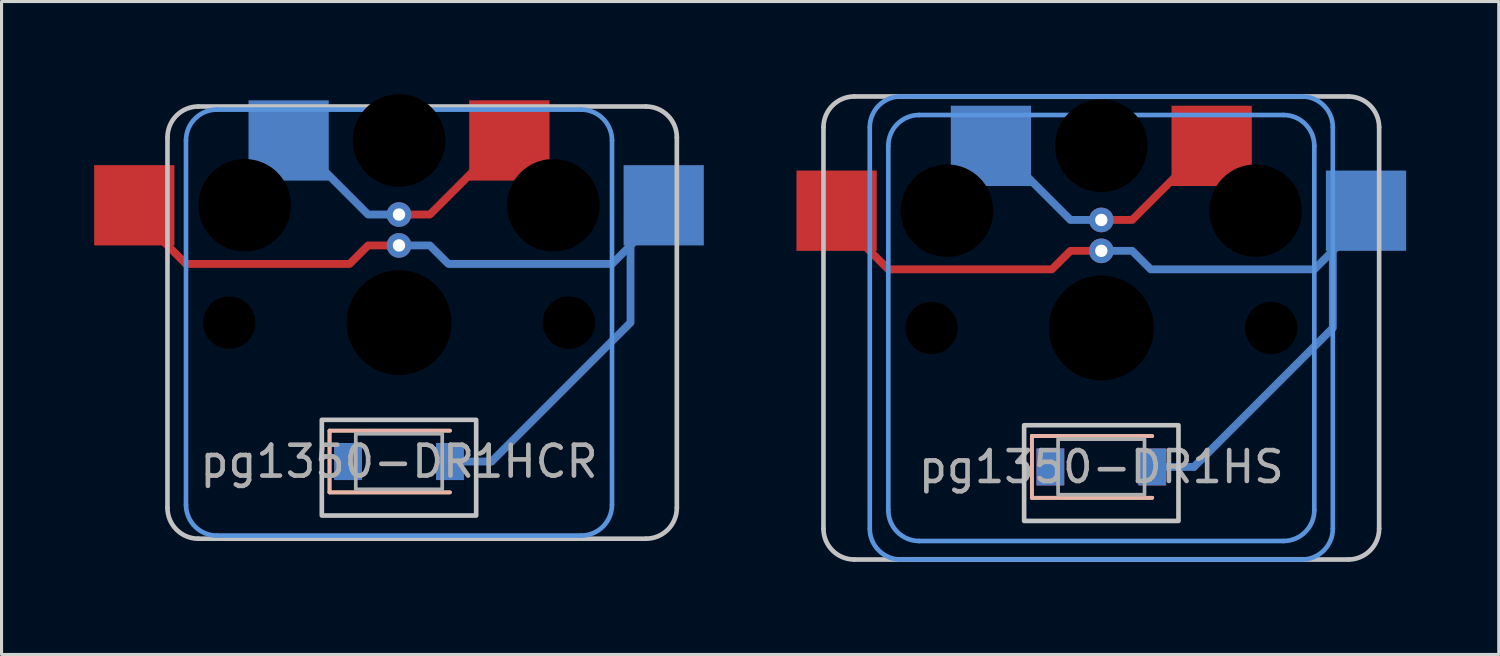
<source format=kicad_pcb>
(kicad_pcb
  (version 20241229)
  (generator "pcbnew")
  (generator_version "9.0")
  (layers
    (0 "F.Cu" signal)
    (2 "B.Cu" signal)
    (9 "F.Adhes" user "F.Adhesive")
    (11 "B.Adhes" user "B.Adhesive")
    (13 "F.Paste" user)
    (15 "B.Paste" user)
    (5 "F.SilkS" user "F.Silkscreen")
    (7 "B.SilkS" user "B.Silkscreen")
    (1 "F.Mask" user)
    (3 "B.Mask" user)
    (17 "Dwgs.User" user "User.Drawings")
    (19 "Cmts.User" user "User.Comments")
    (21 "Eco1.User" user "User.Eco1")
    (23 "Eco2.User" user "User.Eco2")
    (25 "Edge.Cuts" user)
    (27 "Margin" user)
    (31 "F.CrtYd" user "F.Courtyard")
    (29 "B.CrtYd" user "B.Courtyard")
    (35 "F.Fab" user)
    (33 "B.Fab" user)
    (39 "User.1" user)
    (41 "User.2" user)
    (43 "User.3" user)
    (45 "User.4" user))
  (footprint "pg1350-DR1HS"
    (layer "F.Cu")
    (at 32.625 12.075)
    (property "Reference" "pg1350-DR1HS" (at 0 0 0) (layer "F.Fab") (effects (font (size 1 1) (thickness 0.15))))
    (attr smd)
    (fp_line (start -2.25 -1) (end -2.25 1) (stroke (width 0.12) (type solid)) (layer "F.SilkS"))
    (fp_line (start -2.25 1) (end 1.65 1) (stroke (width 0.12) (type solid)) (layer "F.SilkS"))
    (fp_line (start 1.65 -1) (end -2.25 -1) (stroke (width 0.12) (type solid)) (layer "F.SilkS"))
    (fp_line (start -2.25 -1) (end -2.25 1) (stroke (width 0.12) (type solid)) (layer "B.SilkS"))
    (fp_line (start -2.25 1) (end 1.65 1) (stroke (width 0.12) (type solid)) (layer "B.SilkS"))
    (fp_line (start 1.65 -1) (end -2.25 -1) (stroke (width 0.12) (type solid)) (layer "B.SilkS"))
    (fp_line (start -9 2) (end -9 -11) (stroke (width 0.15) (type solid)) (layer "Dwgs.User"))
    (fp_line (start -8 -12) (end 8 -12) (stroke (width 0.15) (type solid)) (layer "Dwgs.User"))
    (fp_line (start 8 3) (end -8 3) (stroke (width 0.15) (type solid)) (layer "Dwgs.User"))
    (fp_line (start 9 -11) (end 9 2) (stroke (width 0.15) (type solid)) (layer "Dwgs.User"))
    (fp_rect (start 2.5 1.75) (end -2.5 -1.35) (stroke (width 0.15) (type solid)) (fill no) (layer "Dwgs.User"))
    (fp_arc (start -9 -11) (mid -8.707107 -11.707107) (end -8 -12) (stroke (width 0.15) (type solid)) (layer "Dwgs.User"))
    (fp_arc (start -8 3) (mid -8.707107 2.707107) (end -9 2) (stroke (width 0.15) (type solid)) (layer "Dwgs.User"))
    (fp_arc (start 8 -12) (mid 8.707107 -11.707107) (end 9 -11) (stroke (width 0.15) (type solid)) (layer "Dwgs.User"))
    (fp_arc (start 9 2) (mid 8.707107 2.707107) (end 8 3) (stroke (width 0.15) (type solid)) (layer "Dwgs.User"))
    (fp_line (start -7.5 2) (end -7.5 -11) (stroke (width 0.15) (type solid)) (layer "Cmts.User"))
    (fp_line (start -6.9 1.4) (end -6.9 -10.4) (stroke (width 0.15) (type solid)) (layer "Cmts.User"))
    (fp_line (start -6.5 -12) (end 6.5 -12) (stroke (width 0.15) (type solid)) (layer "Cmts.User"))
    (fp_line (start -5.9 -11.4) (end 5.9 -11.4) (stroke (width 0.15) (type solid)) (layer "Cmts.User"))
    (fp_line (start 5.9 2.4) (end -5.9 2.4) (stroke (width 0.15) (type solid)) (layer "Cmts.User"))
    (fp_line (start 6.5 3) (end -6.5 3) (stroke (width 0.15) (type solid)) (layer "Cmts.User"))
    (fp_line (start 6.9 -10.4) (end 6.9 1.4) (stroke (width 0.15) (type solid)) (layer "Cmts.User"))
    (fp_line (start 7.5 -11) (end 7.5 2) (stroke (width 0.15) (type solid)) (layer "Cmts.User"))
    (fp_arc (start -7.5 -11) (mid -7.207107 -11.707107) (end -6.5 -12) (stroke (width 0.15) (type solid)) (layer "Cmts.User"))
    (fp_arc (start -6.9 -10.4) (mid -6.607107 -11.107107) (end -5.9 -11.4) (stroke (width 0.15) (type solid)) (layer "Cmts.User"))
    (fp_arc (start -6.5 3) (mid -7.207107 2.707107) (end -7.5 2) (stroke (width 0.15) (type solid)) (layer "Cmts.User"))
    (fp_arc (start -5.9 2.4) (mid -6.607107 2.107107) (end -6.9 1.4) (stroke (width 0.15) (type solid)) (layer "Cmts.User"))
    (fp_arc (start 5.9 -11.4) (mid 6.607107 -11.107107) (end 6.9 -10.4) (stroke (width 0.15) (type solid)) (layer "Cmts.User"))
    (fp_arc (start 6.5 -12) (mid 7.207107 -11.707107) (end 7.5 -11) (stroke (width 0.15) (type solid)) (layer "Cmts.User"))
    (fp_arc (start 6.9 1.4) (mid 6.607107 2.107107) (end 5.9 2.4) (stroke (width 0.15) (type solid)) (layer "Cmts.User"))
    (fp_arc (start 7.5 2) (mid 7.207107 2.707107) (end 6.5 3) (stroke (width 0.15) (type solid)) (layer "Cmts.User"))
    (fp_rect (start 1.4 0.9) (end -1.4 -0.9) (stroke (width 0.12) (type solid)) (fill no) (layer "F.Fab"))
    (pad "" np_thru_hole circle (at -5.5 -4.5) (size 1.7 1.7) (drill 1.7) (layers "*.Mask"))
    (pad "" np_thru_hole circle (at -5 -8.3) (size 3 3) (drill 3) (layers "*.Mask"))
    (pad "" np_thru_hole circle (at 0 -10.4) (size 3 3) (drill 3) (layers "*.Mask"))
    (pad "" thru_hole circle (at 0 -8) (size 0.8 0.8) (drill 0.4) (layers "*.Cu"))
    (pad "" thru_hole circle (at 0 -7) (size 0.8 0.8) (drill 0.4) (layers "*.Cu"))
    (pad "" np_thru_hole circle (at 0 -4.5) (size 3.4 3.4) (drill 3.4) (layers "*.Mask"))
    (pad "" np_thru_hole circle (at 5 -8.3) (size 3 3) (drill 3) (layers "*.Mask"))
    (pad "" np_thru_hole circle (at 5.5 -4.5) (size 1.7 1.7) (drill 1.7) (layers "*.Mask"))
    (pad "1" smd rect (at -3.575 -10.4) (size 2.6 2.6) (layers "B.Cu" "B.Mask"))
    (pad "1" smd custom (at 0 -8) (size 0.254 0.254) (layers "F.Cu") (options (anchor circle)) (primitives (gr_line (start 0 0) (end 1 0) (width 0.254)) (gr_line (start 1 0) (end 2.5 -1.5) (width 0.254))))
    (pad "1" smd custom (at 0 -8) (size 0.254 0.254) (layers "B.Cu") (options (anchor circle)) (primitives (gr_line (start 0 0) (end -1 0) (width 0.254)) (gr_line (start -1 0) (end -2.5 -1.5) (width 0.254))))
    (pad "1" smd rect (at 3.575 -10.4) (size 2.6 2.6) (layers "F.Cu" "F.Mask"))
    (pad "2" smd rect (at -1.65 0) (size 0.9 1.2) (layers "*.Cu" "*.Mask"))
    (pad "3" smd rect (at -8.575 -8.3) (size 2.6 2.6) (layers "F.Cu" "F.Mask"))
    (pad "3" smd custom (at 0 -7) (size 0.254 0.254) (layers "F.Cu") (options (anchor circle)) (primitives (gr_line (start 0 0) (end -1 0) (width 0.254)) (gr_line (start -1 0) (end -1.6 0.6) (width 0.254)) (gr_line (start -1.6 0.6) (end -6.9 0.6) (width 0.254)) (gr_line (start -6.9 0.6) (end -8 -0.5) (width 0.254))))
    (pad "3" smd custom (at 0 -7) (size 0.254 0.254) (layers "B.Cu") (options (anchor circle)) (primitives (gr_line (start 0 0) (end 1 0) (width 0.254)) (gr_line (start 1 0) (end 1.6 0.6) (width 0.254)) (gr_line (start 1.6 0.6) (end 6.9 0.6) (width 0.254)) (gr_line (start 6.9 0.6) (end 8 -0.5) (width 0.254))))
    (pad "3" smd rect (at 1.65 0) (size 0.9 1.2) (layers "*.Cu" "*.Mask"))
    (pad "3" smd oval (at 2.325 0) (size 1.604 0.254) (layers "B.Cu"))
    (pad "3" smd custom (at 3 0) (size 0.254 0.254) (layers "B.Cu") (options (anchor circle)) (primitives (gr_line (start 0 0) (end 4.5 -4.5) (width 0.254)) (gr_line (start 4.5 -4.5) (end 4.5 -8.3) (width 0.254))))
    (pad "3" smd rect (at 8.575 -8.3) (size 2.6 2.6) (layers "B.Cu" "B.Mask")))
  (footprint "pg1350-DR1HCR"
    (layer "F.Cu")
    (at 9.875 11.9)
    (property "Reference" "pg1350-DR1HCR" (at 0 0 0) (layer "F.Fab") (effects (font (size 1 1) (thickness 0.15))))
    (attr smd)
    (fp_line (start -2.25 -1) (end -2.25 1) (stroke (width 0.12) (type solid)) (layer "F.SilkS"))
    (fp_line (start -2.25 1) (end 1.65 1) (stroke (width 0.12) (type solid)) (layer "F.SilkS"))
    (fp_line (start 1.65 -1) (end -2.25 -1) (stroke (width 0.12) (type solid)) (layer "F.SilkS"))
    (fp_line (start -2.25 -1) (end -2.25 1) (stroke (width 0.12) (type solid)) (layer "B.SilkS"))
    (fp_line (start -2.25 1) (end 1.65 1) (stroke (width 0.12) (type solid)) (layer "B.SilkS"))
    (fp_line (start 1.65 -1) (end -2.25 -1) (stroke (width 0.12) (type solid)) (layer "B.SilkS"))
    (fp_line (start -7.5 1.5) (end -7.5 -10.5) (stroke (width 0.15) (type solid)) (layer "Dwgs.User"))
    (fp_line (start -6.5 -11.5) (end 8 -11.5) (stroke (width 0.15) (type solid)) (layer "Dwgs.User"))
    (fp_line (start 8 2.5) (end -6.5 2.5) (stroke (width 0.15) (type solid)) (layer "Dwgs.User"))
    (fp_line (start 9 -10.5) (end 9 1.5) (stroke (width 0.15) (type solid)) (layer "Dwgs.User"))
    (fp_rect (start 2.5 1.75) (end -2.5 -1.35) (stroke (width 0.15) (type solid)) (fill no) (layer "Dwgs.User"))
    (fp_arc (start -7.5 -10.5) (mid -7.207107 -11.207107) (end -6.5 -11.5) (stroke (width 0.15) (type solid)) (layer "Dwgs.User"))
    (fp_arc (start -6.5 2.5) (mid -7.207107 2.207107) (end -7.5 1.5) (stroke (width 0.15) (type solid)) (layer "Dwgs.User"))
    (fp_arc (start 8 -11.5) (mid 8.707107 -11.207107) (end 9 -10.5) (stroke (width 0.15) (type solid)) (layer "Dwgs.User"))
    (fp_arc (start 9 1.5) (mid 8.707107 2.207107) (end 8 2.5) (stroke (width 0.15) (type solid)) (layer "Dwgs.User"))
    (fp_line (start -6.9 1.4) (end -6.9 -10.4) (stroke (width 0.15) (type solid)) (layer "Cmts.User"))
    (fp_line (start -5.9 -11.4) (end 5.9 -11.4) (stroke (width 0.15) (type solid)) (layer "Cmts.User"))
    (fp_line (start 5.9 2.4) (end -5.9 2.4) (stroke (width 0.15) (type solid)) (layer "Cmts.User"))
    (fp_line (start 6.9 -10.4) (end 6.9 1.4) (stroke (width 0.15) (type solid)) (layer "Cmts.User"))
    (fp_arc (start -6.9 -10.4) (mid -6.607107 -11.107107) (end -5.9 -11.4) (stroke (width 0.15) (type solid)) (layer "Cmts.User"))
    (fp_arc (start -5.9 2.4) (mid -6.607107 2.107107) (end -6.9 1.4) (stroke (width 0.15) (type solid)) (layer "Cmts.User"))
    (fp_arc (start 5.9 -11.4) (mid 6.607107 -11.107107) (end 6.9 -10.4) (stroke (width 0.15) (type solid)) (layer "Cmts.User"))
    (fp_arc (start 6.9 1.4) (mid 6.607107 2.107107) (end 5.9 2.4) (stroke (width 0.15) (type solid)) (layer "Cmts.User"))
    (fp_rect (start 1.4 0.9) (end -1.4 -0.9) (stroke (width 0.12) (type solid)) (fill no) (layer "F.Fab"))
    (pad "" np_thru_hole circle (at -5.5 -4.5) (size 1.7 1.7) (drill 1.7) (layers "*.Mask"))
    (pad "" np_thru_hole circle (at -5 -8.3) (size 3 3) (drill 3) (layers "*.Mask"))
    (pad "" np_thru_hole circle (at 0 -10.4) (size 3 3) (drill 3) (layers "*.Mask"))
    (pad "" thru_hole circle (at 0 -8) (size 0.8 0.8) (drill 0.4) (layers "*.Cu"))
    (pad "" thru_hole circle (at 0 -7) (size 0.8 0.8) (drill 0.4) (layers "*.Cu"))
    (pad "" np_thru_hole circle (at 0 -4.5) (size 3.4 3.4) (drill 3.4) (layers "*.Mask"))
    (pad "" np_thru_hole circle (at 5 -8.3) (size 3 3) (drill 3) (layers "*.Mask"))
    (pad "" np_thru_hole circle (at 5.5 -4.5) (size 1.7 1.7) (drill 1.7) (layers "*.Mask"))
    (pad "1" smd rect (at -3.575 -10.4) (size 2.6 2.6) (layers "B.Cu" "B.Mask"))
    (pad "1" smd custom (at 0 -8) (size 0.254 0.254) (layers "F.Cu") (options (anchor circle)) (primitives (gr_line (start 0 0) (end 1 0) (width 0.254)) (gr_line (start 1 0) (end 2.5 -1.5) (width 0.254))))
    (pad "1" smd custom (at 0 -8) (size 0.254 0.254) (layers "B.Cu") (options (anchor circle)) (primitives (gr_line (start 0 0) (end -1 0) (width 0.254)) (gr_line (start -1 0) (end -2.5 -1.5) (width 0.254))))
    (pad "1" smd rect (at 3.575 -10.4) (size 2.6 2.6) (layers "F.Cu" "F.Mask"))
    (pad "2" smd rect (at -1.65 0) (size 0.9 1.2) (layers "*.Cu" "*.Mask"))
    (pad "3" smd rect (at -8.575 -8.3) (size 2.6 2.6) (layers "F.Cu" "F.Mask"))
    (pad "3" smd custom (at 0 -7) (size 0.254 0.254) (layers "F.Cu") (options (anchor circle)) (primitives (gr_line (start 0 0) (end -1 0) (width 0.254)) (gr_line (start -1 0) (end -1.6 0.6) (width 0.254)) (gr_line (start -1.6 0.6) (end -6.9 0.6) (width 0.254)) (gr_line (start -6.9 0.6) (end -8 -0.5) (width 0.254))))
    (pad "3" smd custom (at 0 -7) (size 0.254 0.254) (layers "B.Cu") (options (anchor circle)) (primitives (gr_line (start 0 0) (end 1 0) (width 0.254)) (gr_line (start 1 0) (end 1.6 0.6) (width 0.254)) (gr_line (start 1.6 0.6) (end 6.9 0.6) (width 0.254)) (gr_line (start 6.9 0.6) (end 8 -0.5) (width 0.254))))
    (pad "3" smd rect (at 1.65 0) (size 0.9 1.2) (layers "*.Cu" "*.Mask"))
    (pad "3" smd oval (at 2.325 0) (size 1.604 0.254) (layers "B.Cu"))
    (pad "3" smd custom (at 3 0) (size 0.254 0.254) (layers "B.Cu") (options (anchor circle)) (primitives (gr_line (start 0 0) (end 4.5 -4.5) (width 0.254)) (gr_line (start 4.5 -4.5) (end 4.5 -8.3) (width 0.254))))
    (pad "3" smd rect (at 8.575 -8.3) (size 2.6 2.6) (layers "B.Cu" "B.Mask")))
  (gr_rect
    (start -3 -3)
    (end 45.5 18.15)
    (stroke (width 0.1) (type default))
    (fill no)
    (layer "Edge.Cuts")))
</source>
